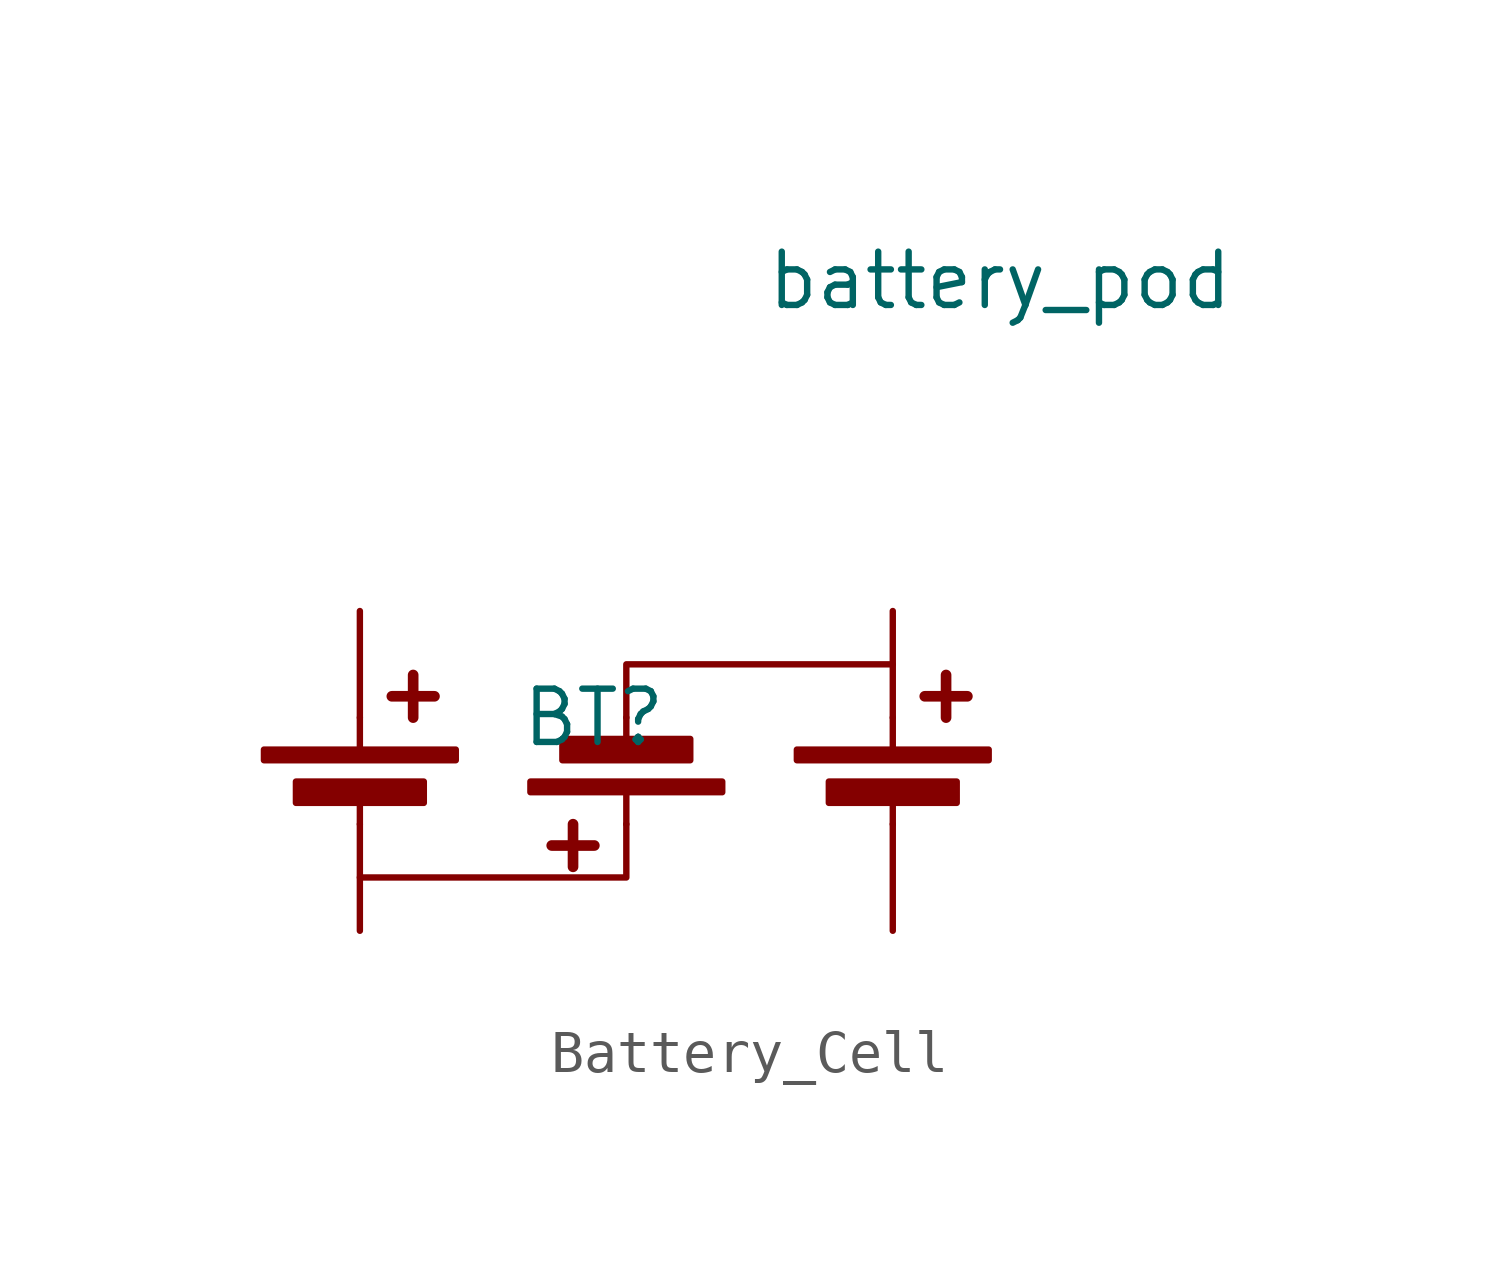
<source format=kicad_sym>
(kicad_symbol_lib
  (version 20231120)
  (generator "kicad_symbol_editor")
  (generator_version "8.0")
  (symbol "Battery_Cell"
    (pin_numbers hide)
    (pin_names
      (offset 0) hide)
    (property "Reference" "BT"
      (at 3.81 2.54 0)
      (effects (font (size 1.27 1.27)) (justify left)))
    (property "Value" "battery_pod"
      (at 9.652 12.954 0)
      (effects (font (size 1.27 1.27)) (justify left)))
    (symbol "Battery_Cell_0_1"
      (rectangle (start -2.286 1.778) (end 2.286 1.524) (stroke (width 0) (type default)) (fill (type outline)))
      (rectangle (start -1.524 1.016) (end 1.524 0.508) (stroke (width 0) (type default)) (fill (type outline)))
      (polyline (pts (xy 0 0.762) (xy 0 0)) (stroke (width 0) (type default)) (fill (type none)))
      (polyline (pts (xy 0 1.778) (xy 0 2.54)) (stroke (width 0) (type default)) (fill (type none)))
      (polyline (pts (xy 0.762 3.048) (xy 1.778 3.048)) (stroke (width 0.254) (type default)) (fill (type none)))
      (polyline (pts (xy 1.27 3.556) (xy 1.27 2.54)) (stroke (width 0.254) (type default)) (fill (type none)))
      (polyline (pts (xy 5.08 -1.016) (xy 5.08 0)) (stroke (width 0.254) (type default)) (fill (type none)))
      (polyline (pts (xy 5.588 -0.508) (xy 4.572 -0.508)) (stroke (width 0.254) (type default)) (fill (type none)))
      (polyline (pts (xy 6.35 0.762) (xy 6.35 0)) (stroke (width 0) (type default)) (fill (type none)))
      (polyline (pts (xy 6.35 1.778) (xy 6.35 2.54)) (stroke (width 0) (type default)) (fill (type none)))
      (polyline (pts (xy 12.7 0.762) (xy 12.7 0)) (stroke (width 0) (type default)) (fill (type none)))
      (polyline (pts (xy 12.7 1.778) (xy 12.7 2.54)) (stroke (width 0) (type default)) (fill (type none)))
      (polyline (pts (xy 13.462 3.048) (xy 14.478 3.048)) (stroke (width 0.254) (type default)) (fill (type none)))
      (polyline (pts (xy 13.97 3.556) (xy 13.97 2.54)) (stroke (width 0.254) (type default)) (fill (type none)))
      (polyline (pts (xy 6.35 0) (xy 6.35 -1.27) (xy 0 -1.27)) (stroke (width 0) (type default)) (fill (type none)))
      (polyline (pts (xy 12.7 3.81) (xy 6.35 3.81) (xy 6.35 2.54)) (stroke (width 0) (type default)) (fill (type none)))
      (rectangle (start 4.064 1.016) (end 8.636 0.762) (stroke (width 0) (type default)) (fill (type outline)))
      (rectangle (start 7.874 1.524) (end 4.826 2.032) (stroke (width 0) (type default)) (fill (type outline)))
      (rectangle (start 10.414 1.778) (end 14.986 1.524) (stroke (width 0) (type default)) (fill (type outline)))
      (rectangle (start 11.176 1.016) (end 14.224 0.508) (stroke (width 0) (type default)) (fill (type outline))))
    (symbol "Battery_Cell_1_1"
      (pin passive line (at 0 5.08 270) (length 2.54) (name "+" (effects (font (size 1.27 1.27)))) (number "1" (effects (font (size 1.27 1.27)))))
      (pin passive line (at 0 -2.54 90) (length 2.54) (name "-" (effects (font (size 1.27 1.27)))) (number "2" (effects (font (size 1.27 1.27)))))
      (pin passive line (at 12.7 5.08 270) (length 2.54) (name "+" (effects (font (size 1.27 1.27)))) (number "3" (effects (font (size 1.27 1.27)))))
      (pin passive line (at 12.7 -2.54 90) (length 2.54) (name "-" (effects (font (size 1.27 1.27)))) (number "4" (effects (font (size 1.27 1.27))))))))
</source>
